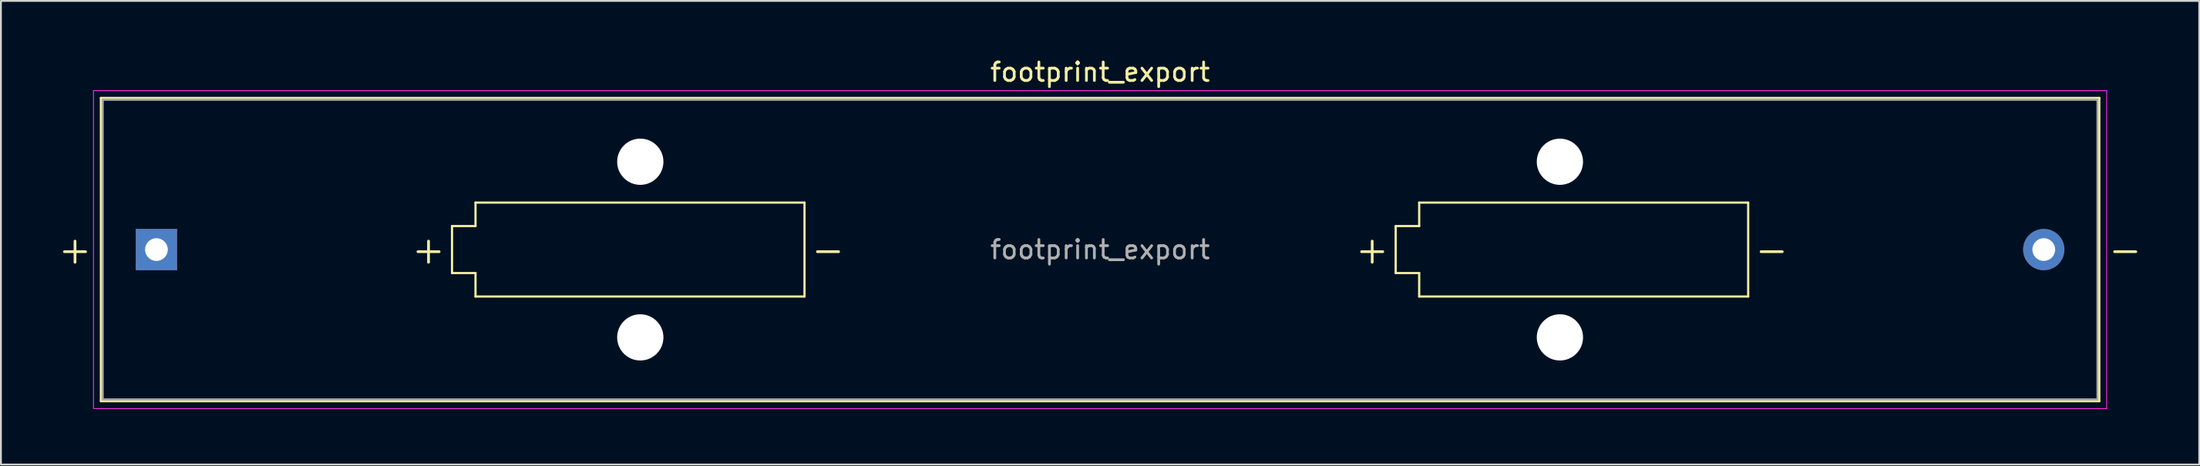
<source format=kicad_pcb>
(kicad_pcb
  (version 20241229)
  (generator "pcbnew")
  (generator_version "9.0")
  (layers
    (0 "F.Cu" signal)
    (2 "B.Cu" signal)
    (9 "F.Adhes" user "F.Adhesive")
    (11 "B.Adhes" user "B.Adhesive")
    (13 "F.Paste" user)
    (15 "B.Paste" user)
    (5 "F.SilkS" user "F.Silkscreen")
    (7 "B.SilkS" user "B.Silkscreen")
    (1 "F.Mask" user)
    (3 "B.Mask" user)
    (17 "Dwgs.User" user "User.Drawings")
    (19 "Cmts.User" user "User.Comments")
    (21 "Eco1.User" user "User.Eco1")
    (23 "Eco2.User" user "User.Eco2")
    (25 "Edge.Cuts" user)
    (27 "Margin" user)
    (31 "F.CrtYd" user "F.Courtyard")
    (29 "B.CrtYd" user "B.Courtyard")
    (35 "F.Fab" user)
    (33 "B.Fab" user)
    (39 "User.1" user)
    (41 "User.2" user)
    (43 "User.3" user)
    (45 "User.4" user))
  (footprint "footprint_export"
    (layer "F.Cu")
    (at 5.404 10.448)
    (property "Reference" "footprint_export" (at 51 -9.6 0) (layer "F.SilkS") (effects (font (size 1 1) (thickness 0.15))))
    (attr through_hole)
    (fp_line (start -3 -8.2) (end -3 8.2) (stroke (width 0.12) (type solid)) (layer "F.SilkS"))
    (fp_line (start -3 8.2) (end 105 8.2) (stroke (width 0.12) (type solid)) (layer "F.SilkS"))
    (fp_line (start 15.975 -1.27) (end 17.245 -1.27) (stroke (width 0.12) (type solid)) (layer "F.SilkS"))
    (fp_line (start 15.975 1.27) (end 15.975 -1.27) (stroke (width 0.12) (type solid)) (layer "F.SilkS"))
    (fp_line (start 17.245 -2.54) (end 35.025 -2.54) (stroke (width 0.12) (type solid)) (layer "F.SilkS"))
    (fp_line (start 17.245 -1.27) (end 17.245 -2.54) (stroke (width 0.12) (type solid)) (layer "F.SilkS"))
    (fp_line (start 17.245 1.27) (end 15.975 1.27) (stroke (width 0.12) (type solid)) (layer "F.SilkS"))
    (fp_line (start 17.245 2.54) (end 17.245 1.27) (stroke (width 0.12) (type solid)) (layer "F.SilkS"))
    (fp_line (start 35.025 -2.54) (end 35.025 2.54) (stroke (width 0.12) (type solid)) (layer "F.SilkS"))
    (fp_line (start 35.025 2.54) (end 17.245 2.54) (stroke (width 0.12) (type solid)) (layer "F.SilkS"))
    (fp_line (start 66.975 -1.27) (end 68.245 -1.27) (stroke (width 0.12) (type solid)) (layer "F.SilkS"))
    (fp_line (start 66.975 1.27) (end 66.975 -1.27) (stroke (width 0.12) (type solid)) (layer "F.SilkS"))
    (fp_line (start 68.245 -2.54) (end 86.025 -2.54) (stroke (width 0.12) (type solid)) (layer "F.SilkS"))
    (fp_line (start 68.245 -1.27) (end 68.245 -2.54) (stroke (width 0.12) (type solid)) (layer "F.SilkS"))
    (fp_line (start 68.245 1.27) (end 66.975 1.27) (stroke (width 0.12) (type solid)) (layer "F.SilkS"))
    (fp_line (start 68.245 2.54) (end 68.245 1.27) (stroke (width 0.12) (type solid)) (layer "F.SilkS"))
    (fp_line (start 86.025 -2.54) (end 86.025 2.54) (stroke (width 0.12) (type solid)) (layer "F.SilkS"))
    (fp_line (start 86.025 2.54) (end 68.245 2.54) (stroke (width 0.12) (type solid)) (layer "F.SilkS"))
    (fp_line (start 105 -8.2) (end -3 -8.2) (stroke (width 0.12) (type solid)) (layer "F.SilkS"))
    (fp_line (start 105 8.2) (end 105 -8.2) (stroke (width 0.12) (type solid)) (layer "F.SilkS"))
    (fp_line (start -3.4 -8.6) (end -3.4 8.6) (stroke (width 0.05) (type solid)) (layer "F.CrtYd"))
    (fp_line (start -3.4 8.6) (end 105.4 8.6) (stroke (width 0.05) (type solid)) (layer "F.CrtYd"))
    (fp_line (start 105.4 -8.6) (end -3.4 -8.6) (stroke (width 0.05) (type solid)) (layer "F.CrtYd"))
    (fp_line (start 105.4 8.6) (end 105.4 -8.6) (stroke (width 0.05) (type solid)) (layer "F.CrtYd"))
    (fp_line (start -2.9 -8.1) (end -2.9 8.1) (stroke (width 0.1) (type solid)) (layer "F.Fab"))
    (fp_line (start -2.9 8.1) (end 104.9 8.1) (stroke (width 0.1) (type solid)) (layer "F.Fab"))
    (fp_line (start 104.9 -8.1) (end -2.9 -8.1) (stroke (width 0.1) (type solid)) (layer "F.Fab"))
    (fp_line (start 104.9 8.1) (end 104.9 -8.1) (stroke (width 0.1) (type solid)) (layer "F.Fab"))
    (fp_text user "+" (at 14.705 0 0) (layer "F.SilkS") (effects (font (size 1.5 1.5) (thickness 0.15))))
    (fp_text user "-" (at 36.295 0 0) (layer "F.SilkS") (effects (font (size 1.5 1.5) (thickness 0.15))))
    (fp_text user "-" (at 106.4 0 0) (layer "F.SilkS") (effects (font (size 1.5 1.5) (thickness 0.15))))
    (fp_text user "-" (at 87.295 0 0) (layer "F.SilkS") (effects (font (size 1.5 1.5) (thickness 0.15))))
    (fp_text user "+" (at 65.705 0 0) (layer "F.SilkS") (effects (font (size 1.5 1.5) (thickness 0.15))))
    (fp_text user "+" (at -4.4 0 0) (layer "F.SilkS") (effects (font (size 1.5 1.5) (thickness 0.15))))
    (fp_text user "${REFERENCE}" (at 51 0 0) (layer "F.Fab") (effects (font (size 1 1) (thickness 0.15))))
    (pad "" np_thru_hole circle (at 26.15 -4.75) (size 2.5 2.5) (drill 2.5) (layers "*.Cu" "*.Mask"))
    (pad "" np_thru_hole circle (at 26.15 4.75) (size 2.5 2.5) (drill 2.5) (layers "*.Cu" "*.Mask"))
    (pad "" np_thru_hole circle (at 75.85 -4.75) (size 2.5 2.5) (drill 2.5) (layers "*.Cu" "*.Mask"))
    (pad "" np_thru_hole circle (at 75.85 4.75) (size 2.5 2.5) (drill 2.5) (layers "*.Cu" "*.Mask"))
    (pad "1" thru_hole rect (at 0 0) (size 2.23 2.23) (drill 1.23) (layers "*.Cu" "*.Mask"))
    (pad "2" thru_hole circle (at 102 0) (size 2.23 2.23) (drill 1.23) (layers "*.Cu" "*.Mask")))
  (gr_rect
    (start -3 -3)
    (end 115.807 22.073)
    (stroke (width 0.1) (type default))
    (fill no)
    (layer "Edge.Cuts")))
</source>
